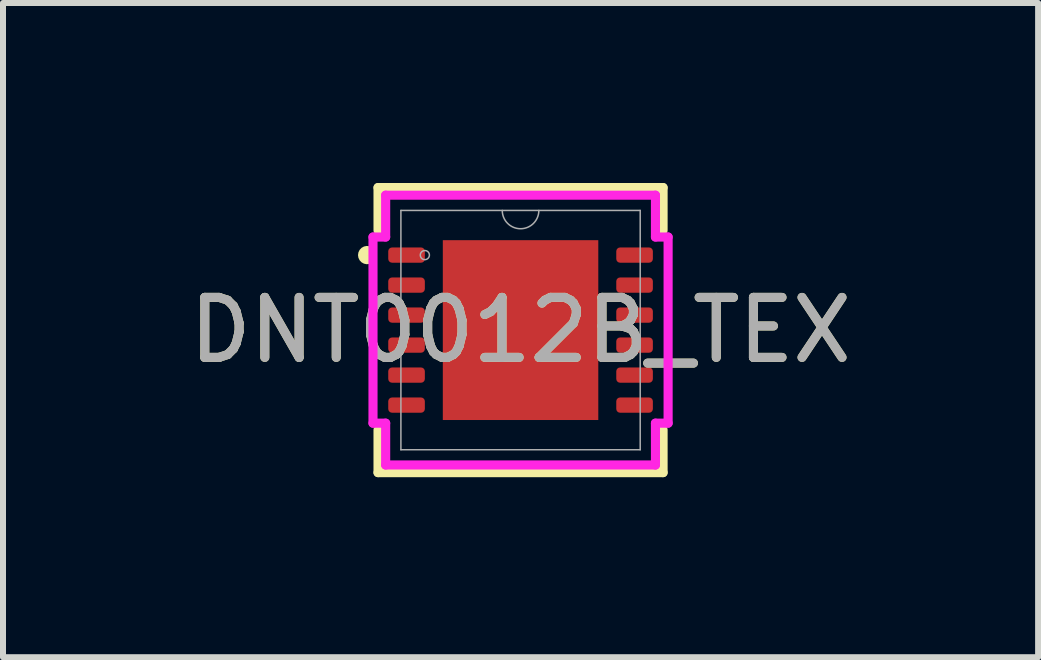
<source format=kicad_pcb>
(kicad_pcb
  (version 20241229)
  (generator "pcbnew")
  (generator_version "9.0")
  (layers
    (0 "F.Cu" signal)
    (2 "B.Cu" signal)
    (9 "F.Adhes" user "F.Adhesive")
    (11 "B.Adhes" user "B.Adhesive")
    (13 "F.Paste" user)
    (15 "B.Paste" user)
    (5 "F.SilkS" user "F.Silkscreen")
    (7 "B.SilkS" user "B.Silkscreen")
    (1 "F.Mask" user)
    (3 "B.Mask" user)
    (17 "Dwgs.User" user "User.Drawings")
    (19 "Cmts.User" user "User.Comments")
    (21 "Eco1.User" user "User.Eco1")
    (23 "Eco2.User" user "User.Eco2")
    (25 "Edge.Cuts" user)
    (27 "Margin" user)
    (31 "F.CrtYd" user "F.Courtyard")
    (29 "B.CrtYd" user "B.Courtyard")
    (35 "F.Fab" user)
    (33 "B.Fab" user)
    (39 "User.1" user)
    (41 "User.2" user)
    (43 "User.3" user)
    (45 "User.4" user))
  (footprint "DNT0012B_TEX"
    (layer "F.Cu")
    (at 5.625 2.451)
    (property "Reference" "DNT0012B_TEX" (at 0 0 0) (unlocked yes) (layer "F.SilkS") (effects (font (size 1 1) (thickness 0.15))))
    (attr smd)
    (fp_poly (pts (xy -2.205 -1.377) (xy -2.205 -1.123) (xy -1.595 -1.123) (xy -1.595 -1.377)) (stroke (width 0) (type solid)) (fill yes) (layer "F.Mask"))
    (fp_poly (pts (xy -2.205 -0.877) (xy -2.205 -0.623) (xy -1.595 -0.623) (xy -1.595 -0.877)) (stroke (width 0) (type solid)) (fill yes) (layer "F.Mask"))
    (fp_poly (pts (xy -2.205 -0.377) (xy -2.205 -0.123) (xy -1.595 -0.123) (xy -1.595 -0.377)) (stroke (width 0) (type solid)) (fill yes) (layer "F.Mask"))
    (fp_poly (pts (xy -2.205 0.123) (xy -2.205 0.377) (xy -1.595 0.377) (xy -1.595 0.123)) (stroke (width 0) (type solid)) (fill yes) (layer "F.Mask"))
    (fp_poly (pts (xy -2.205 0.623) (xy -2.205 0.877) (xy -1.595 0.877) (xy -1.595 0.623)) (stroke (width 0) (type solid)) (fill yes) (layer "F.Mask"))
    (fp_poly (pts (xy -2.205 1.123) (xy -2.205 1.377) (xy -1.595 1.377) (xy -1.595 1.123)) (stroke (width 0) (type solid)) (fill yes) (layer "F.Mask"))
    (fp_poly (pts (xy -1.359 -1.562) (xy -0.987 -1.562) (xy -0.987 1.562) (xy -1.359 1.562)) (stroke (width 0) (type solid)) (fill yes) (layer "F.Mask"))
    (fp_poly (pts (xy -1.359 -1.562) (xy 1.359 -1.562) (xy 1.359 -0.987) (xy -1.359 -0.987)) (stroke (width 0) (type solid)) (fill yes) (layer "F.Mask"))
    (fp_poly (pts (xy -1.359 -0.587) (xy 1.359 -0.587) (xy 1.359 -0.2) (xy -1.359 -0.2)) (stroke (width 0) (type solid)) (fill yes) (layer "F.Mask"))
    (fp_poly (pts (xy -1.359 0.2) (xy 1.359 0.2) (xy 1.359 0.587) (xy -1.359 0.587)) (stroke (width 0) (type solid)) (fill yes) (layer "F.Mask"))
    (fp_poly (pts (xy -1.359 0.987) (xy 1.359 0.987) (xy 1.359 1.562) (xy -1.359 1.562)) (stroke (width 0) (type solid)) (fill yes) (layer "F.Mask"))
    (fp_poly (pts (xy -0.2 -1.562) (xy -0.587 -1.562) (xy -0.587 1.562) (xy -0.2 1.562)) (stroke (width 0) (type solid)) (fill yes) (layer "F.Mask"))
    (fp_poly (pts (xy 0.587 -1.562) (xy 0.2 -1.562) (xy 0.2 1.562) (xy 0.587 1.562)) (stroke (width 0) (type solid)) (fill yes) (layer "F.Mask"))
    (fp_poly (pts (xy 0.987 -1.562) (xy 1.359 -1.562) (xy 1.359 1.562) (xy 0.987 1.562)) (stroke (width 0) (type solid)) (fill yes) (layer "F.Mask"))
    (fp_poly (pts (xy 1.595 -1.377) (xy 1.595 -1.123) (xy 2.205 -1.123) (xy 2.205 -1.377)) (stroke (width 0) (type solid)) (fill yes) (layer "F.Mask"))
    (fp_poly (pts (xy 1.595 -0.877) (xy 1.595 -0.623) (xy 2.205 -0.623) (xy 2.205 -0.877)) (stroke (width 0) (type solid)) (fill yes) (layer "F.Mask"))
    (fp_poly (pts (xy 1.595 -0.377) (xy 1.595 -0.123) (xy 2.205 -0.123) (xy 2.205 -0.377)) (stroke (width 0) (type solid)) (fill yes) (layer "F.Mask"))
    (fp_poly (pts (xy 1.595 0.123) (xy 1.595 0.377) (xy 2.205 0.377) (xy 2.205 0.123)) (stroke (width 0) (type solid)) (fill yes) (layer "F.Mask"))
    (fp_poly (pts (xy 1.595 0.623) (xy 1.595 0.877) (xy 2.205 0.877) (xy 2.205 0.623)) (stroke (width 0) (type solid)) (fill yes) (layer "F.Mask"))
    (fp_poly (pts (xy 1.595 1.123) (xy 1.595 1.377) (xy 2.205 1.377) (xy 2.205 1.123)) (stroke (width 0) (type solid)) (fill yes) (layer "F.Mask"))
    (fp_line (start -2.375 -2.375) (end -2.375 -1.663) (stroke (width 0.152) (type solid)) (layer "F.SilkS"))
    (fp_line (start -2.375 1.663) (end -2.375 2.375) (stroke (width 0.152) (type solid)) (layer "F.SilkS"))
    (fp_line (start -2.375 2.375) (end 2.375 2.375) (stroke (width 0.152) (type solid)) (layer "F.SilkS"))
    (fp_line (start 2.375 -2.375) (end -2.375 -2.375) (stroke (width 0.152) (type solid)) (layer "F.SilkS"))
    (fp_line (start 2.375 -1.663) (end 2.375 -2.375) (stroke (width 0.152) (type solid)) (layer "F.SilkS"))
    (fp_line (start 2.375 2.375) (end 2.375 1.663) (stroke (width 0.152) (type solid)) (layer "F.SilkS"))
    (fp_arc (start -2.537539 -1.176171) (mid -2.6326 -1.25) (end -2.537539 -1.323829) (stroke (width 0.1524) (type solid)) (layer "F.SilkS"))
    (fp_poly (pts (xy -2.205 -1.377) (xy -2.205 -1.123) (xy -1.595 -1.123) (xy -1.595 -1.377)) (stroke (width 0) (type solid)) (fill yes) (layer "F.Paste"))
    (fp_poly (pts (xy -2.205 -0.877) (xy -2.205 -0.623) (xy -1.595 -0.623) (xy -1.595 -0.877)) (stroke (width 0) (type solid)) (fill yes) (layer "F.Paste"))
    (fp_poly (pts (xy -2.205 -0.377) (xy -2.205 -0.123) (xy -1.595 -0.123) (xy -1.595 -0.377)) (stroke (width 0) (type solid)) (fill yes) (layer "F.Paste"))
    (fp_poly (pts (xy -2.205 0.123) (xy -2.205 0.377) (xy -1.595 0.377) (xy -1.595 0.123)) (stroke (width 0) (type solid)) (fill yes) (layer "F.Paste"))
    (fp_poly (pts (xy -2.205 0.623) (xy -2.205 0.877) (xy -1.595 0.877) (xy -1.595 0.623)) (stroke (width 0) (type solid)) (fill yes) (layer "F.Paste"))
    (fp_poly (pts (xy -2.205 1.123) (xy -2.205 1.377) (xy -1.595 1.377) (xy -1.595 1.123)) (stroke (width 0) (type solid)) (fill yes) (layer "F.Paste"))
    (fp_poly (pts (xy 1.595 -1.377) (xy 1.595 -1.123) (xy 2.205 -1.123) (xy 2.205 -1.377)) (stroke (width 0) (type solid)) (fill yes) (layer "F.Paste"))
    (fp_poly (pts (xy 1.595 -0.877) (xy 1.595 -0.623) (xy 2.205 -0.623) (xy 2.205 -0.877)) (stroke (width 0) (type solid)) (fill yes) (layer "F.Paste"))
    (fp_poly (pts (xy 1.595 -0.377) (xy 1.595 -0.123) (xy 2.205 -0.123) (xy 2.205 -0.377)) (stroke (width 0) (type solid)) (fill yes) (layer "F.Paste"))
    (fp_poly (pts (xy 1.595 0.123) (xy 1.595 0.377) (xy 2.205 0.377) (xy 2.205 0.123)) (stroke (width 0) (type solid)) (fill yes) (layer "F.Paste"))
    (fp_poly (pts (xy 1.595 0.623) (xy 1.595 0.877) (xy 2.205 0.877) (xy 2.205 0.623)) (stroke (width 0) (type solid)) (fill yes) (layer "F.Paste"))
    (fp_poly (pts (xy 1.595 1.123) (xy 1.595 1.377) (xy 2.205 1.377) (xy 2.205 1.123)) (stroke (width 0) (type solid)) (fill yes) (layer "F.Paste"))
    (fp_poly (pts (xy -1.22 -1.424) (xy -1.22 -0.887) (xy -1.029 -0.887) (xy -0.887 -1.029) (xy -0.887 -1.424)) (stroke (width 0) (type solid)) (fill yes) (layer "F.Paste"))
    (fp_poly (pts (xy -1.22 0.887) (xy -1.22 1.424) (xy -0.887 1.424) (xy -0.887 1.029) (xy -1.029 0.887)) (stroke (width 0) (type solid)) (fill yes) (layer "F.Paste"))
    (fp_poly (pts (xy 0.887 -1.424) (xy 0.887 -1.029) (xy 1.029 -0.887) (xy 1.22 -0.887) (xy 1.22 -1.424)) (stroke (width 0) (type solid)) (fill yes) (layer "F.Paste"))
    (fp_poly (pts (xy 1.029 0.887) (xy 0.887 1.029) (xy 0.887 1.424) (xy 1.22 1.424) (xy 1.22 0.887)) (stroke (width 0) (type solid)) (fill yes) (layer "F.Paste"))
    (fp_poly (pts (xy -1.22 -0.687) (xy -1.22 -0.1) (xy -1.029 -0.1) (xy -0.887 -0.241) (xy -0.887 -0.546) (xy -1.029 -0.687)) (stroke (width 0) (type solid)) (fill yes) (layer "F.Paste"))
    (fp_poly (pts (xy -1.22 0.1) (xy -1.22 0.687) (xy -1.029 0.687) (xy -0.887 0.546) (xy -0.887 0.241) (xy -1.029 0.1)) (stroke (width 0) (type solid)) (fill yes) (layer "F.Paste"))
    (fp_poly (pts (xy -0.687 -1.424) (xy -0.687 -1.029) (xy -0.546 -0.887) (xy -0.241 -0.887) (xy -0.1 -1.029) (xy -0.1 -1.424)) (stroke (width 0) (type solid)) (fill yes) (layer "F.Paste"))
    (fp_poly (pts (xy -0.546 0.887) (xy -0.687 1.029) (xy -0.687 1.424) (xy -0.1 1.424) (xy -0.1 1.029) (xy -0.241 0.887)) (stroke (width 0) (type solid)) (fill yes) (layer "F.Paste"))
    (fp_poly (pts (xy 0.1 -1.424) (xy 0.1 -1.029) (xy 0.241 -0.887) (xy 0.546 -0.887) (xy 0.687 -1.029) (xy 0.687 -1.424)) (stroke (width 0) (type solid)) (fill yes) (layer "F.Paste"))
    (fp_poly (pts (xy 0.241 0.887) (xy 0.1 1.029) (xy 0.1 1.424) (xy 0.687 1.424) (xy 0.687 1.029) (xy 0.546 0.887)) (stroke (width 0) (type solid)) (fill yes) (layer "F.Paste"))
    (fp_poly (pts (xy 1.029 -0.687) (xy 0.887 -0.546) (xy 0.887 -0.241) (xy 1.029 -0.1) (xy 1.22 -0.1) (xy 1.22 -0.687)) (stroke (width 0) (type solid)) (fill yes) (layer "F.Paste"))
    (fp_poly (pts (xy 1.029 0.1) (xy 0.887 0.241) (xy 0.887 0.546) (xy 1.029 0.687) (xy 1.22 0.687) (xy 1.22 0.1)) (stroke (width 0) (type solid)) (fill yes) (layer "F.Paste"))
    (fp_poly (pts (xy -0.546 -0.687) (xy -0.687 -0.546) (xy -0.687 -0.241) (xy -0.546 -0.1) (xy -0.241 -0.1) (xy -0.1 -0.241) (xy -0.1 -0.546) (xy -0.241 -0.687)) (stroke (width 0) (type solid)) (fill yes) (layer "F.Paste"))
    (fp_poly (pts (xy -0.546 0.1) (xy -0.687 0.241) (xy -0.687 0.546) (xy -0.546 0.687) (xy -0.241 0.687) (xy -0.1 0.546) (xy -0.1 0.241) (xy -0.241 0.1)) (stroke (width 0) (type solid)) (fill yes) (layer "F.Paste"))
    (fp_poly (pts (xy 0.241 -0.687) (xy 0.1 -0.546) (xy 0.1 -0.241) (xy 0.241 -0.1) (xy 0.546 -0.1) (xy 0.687 -0.241) (xy 0.687 -0.546) (xy 0.546 -0.687)) (stroke (width 0) (type solid)) (fill yes) (layer "F.Paste"))
    (fp_poly (pts (xy 0.241 0.1) (xy 0.1 0.241) (xy 0.1 0.546) (xy 0.241 0.687) (xy 0.546 0.687) (xy 0.687 0.546) (xy 0.687 0.241) (xy 0.546 0.1)) (stroke (width 0) (type solid)) (fill yes) (layer "F.Paste"))
    (fp_circle (center -1.05 0) (end -0.949 0) (stroke (width 0.025) (type solid)) (fill no) (layer "Eco1.User"))
    (fp_circle (center 0 -1.25) (end 0.102 -1.25) (stroke (width 0.025) (type solid)) (fill no) (layer "Eco1.User"))
    (fp_circle (center 0 0) (end 0.102 0) (stroke (width 0.025) (type solid)) (fill no) (layer "Eco1.User"))
    (fp_circle (center 0 1.25) (end 0.102 1.25) (stroke (width 0.025) (type solid)) (fill no) (layer "Eco1.User"))
    (fp_circle (center 1.05 0) (end 1.152 0) (stroke (width 0.025) (type solid)) (fill no) (layer "Eco1.User"))
    (fp_line (start -2.459 -1.551) (end -2.248 -1.551) (stroke (width 0.152) (type solid)) (layer "F.CrtYd"))
    (fp_line (start -2.459 1.551) (end -2.459 -1.551) (stroke (width 0.152) (type solid)) (layer "F.CrtYd"))
    (fp_line (start -2.459 1.551) (end -2.248 1.551) (stroke (width 0.152) (type solid)) (layer "F.CrtYd"))
    (fp_line (start -2.248 -2.248) (end 2.248 -2.248) (stroke (width 0.152) (type solid)) (layer "F.CrtYd"))
    (fp_line (start -2.248 -1.551) (end -2.248 -2.248) (stroke (width 0.152) (type solid)) (layer "F.CrtYd"))
    (fp_line (start -2.248 2.248) (end -2.248 1.551) (stroke (width 0.152) (type solid)) (layer "F.CrtYd"))
    (fp_line (start 2.248 -2.248) (end 2.248 -1.551) (stroke (width 0.152) (type solid)) (layer "F.CrtYd"))
    (fp_line (start 2.248 1.551) (end 2.248 2.248) (stroke (width 0.152) (type solid)) (layer "F.CrtYd"))
    (fp_line (start 2.248 2.248) (end -2.248 2.248) (stroke (width 0.152) (type solid)) (layer "F.CrtYd"))
    (fp_line (start 2.459 -1.551) (end 2.248 -1.551) (stroke (width 0.152) (type solid)) (layer "F.CrtYd"))
    (fp_line (start 2.459 -1.551) (end 2.459 1.551) (stroke (width 0.152) (type solid)) (layer "F.CrtYd"))
    (fp_line (start 2.459 1.551) (end 2.248 1.551) (stroke (width 0.152) (type solid)) (layer "F.CrtYd"))
    (fp_line (start -1.994 -1.994) (end -1.994 1.994) (stroke (width 0.025) (type solid)) (layer "F.Fab"))
    (fp_line (start -1.994 1.994) (end 1.994 1.994) (stroke (width 0.025) (type solid)) (layer "F.Fab"))
    (fp_line (start 1.994 -1.994) (end -1.994 -1.994) (stroke (width 0.025) (type solid)) (layer "F.Fab"))
    (fp_line (start 1.994 1.994) (end 1.994 -1.994) (stroke (width 0.025) (type solid)) (layer "F.Fab"))
    (fp_arc (start 0.3048 -1.9939) (mid 0 -1.6891) (end -0.3048 -1.9939) (stroke (width 0.0254) (type solid)) (layer "F.Fab"))
    (fp_circle (center -1.595 -1.25) (end -1.519 -1.25) (stroke (width 0.025) (type solid)) (fill no) (layer "F.Fab"))
    (fp_text user "${REFERENCE}" (at 0 0 0) (unlocked yes) (layer "F.Fab") (effects (font (size 1 1) (thickness 0.15))))
    (pad "1" smd roundrect (at -1.9 -1.25) (size 0.61 0.254) (layers "F.Cu" "F.Mask" "F.Paste") (roundrect_rratio 0.25))
    (pad "2" smd roundrect (at -1.9 -0.75) (size 0.61 0.254) (layers "F.Cu" "F.Mask" "F.Paste") (roundrect_rratio 0.25))
    (pad "3" smd roundrect (at -1.9 -0.25) (size 0.61 0.254) (layers "F.Cu" "F.Mask" "F.Paste") (roundrect_rratio 0.25))
    (pad "4" smd roundrect (at -1.9 0.25) (size 0.61 0.254) (layers "F.Cu" "F.Mask" "F.Paste") (roundrect_rratio 0.25))
    (pad "5" smd roundrect (at -1.9 0.75) (size 0.61 0.254) (layers "F.Cu" "F.Mask" "F.Paste") (roundrect_rratio 0.25))
    (pad "6" smd roundrect (at -1.9 1.25) (size 0.61 0.254) (layers "F.Cu" "F.Mask" "F.Paste") (roundrect_rratio 0.25))
    (pad "7" smd roundrect (at 1.9 1.25) (size 0.61 0.254) (layers "F.Cu" "F.Mask" "F.Paste") (roundrect_rratio 0.25))
    (pad "8" smd roundrect (at 1.9 0.75) (size 0.61 0.254) (layers "F.Cu" "F.Mask" "F.Paste") (roundrect_rratio 0.25))
    (pad "9" smd roundrect (at 1.9 0.25) (size 0.61 0.254) (layers "F.Cu" "F.Mask" "F.Paste") (roundrect_rratio 0.25))
    (pad "10" smd roundrect (at 1.9 -0.25) (size 0.61 0.254) (layers "F.Cu" "F.Mask" "F.Paste") (roundrect_rratio 0.25))
    (pad "11" smd roundrect (at 1.9 -0.75) (size 0.61 0.254) (layers "F.Cu" "F.Mask" "F.Paste") (roundrect_rratio 0.25))
    (pad "12" smd roundrect (at 1.9 -1.25) (size 0.61 0.254) (layers "F.Cu" "F.Mask" "F.Paste") (roundrect_rratio 0.25))
    (pad "13" smd rect (at 0 0) (size 2.591 2.997) (layers "F.Cu" "F.Mask")))
  (gr_rect
    (start -3 -3)
    (end 14.25 7.902)
    (stroke (width 0.1) (type default))
    (fill no)
    (layer "Edge.Cuts")))
</source>
